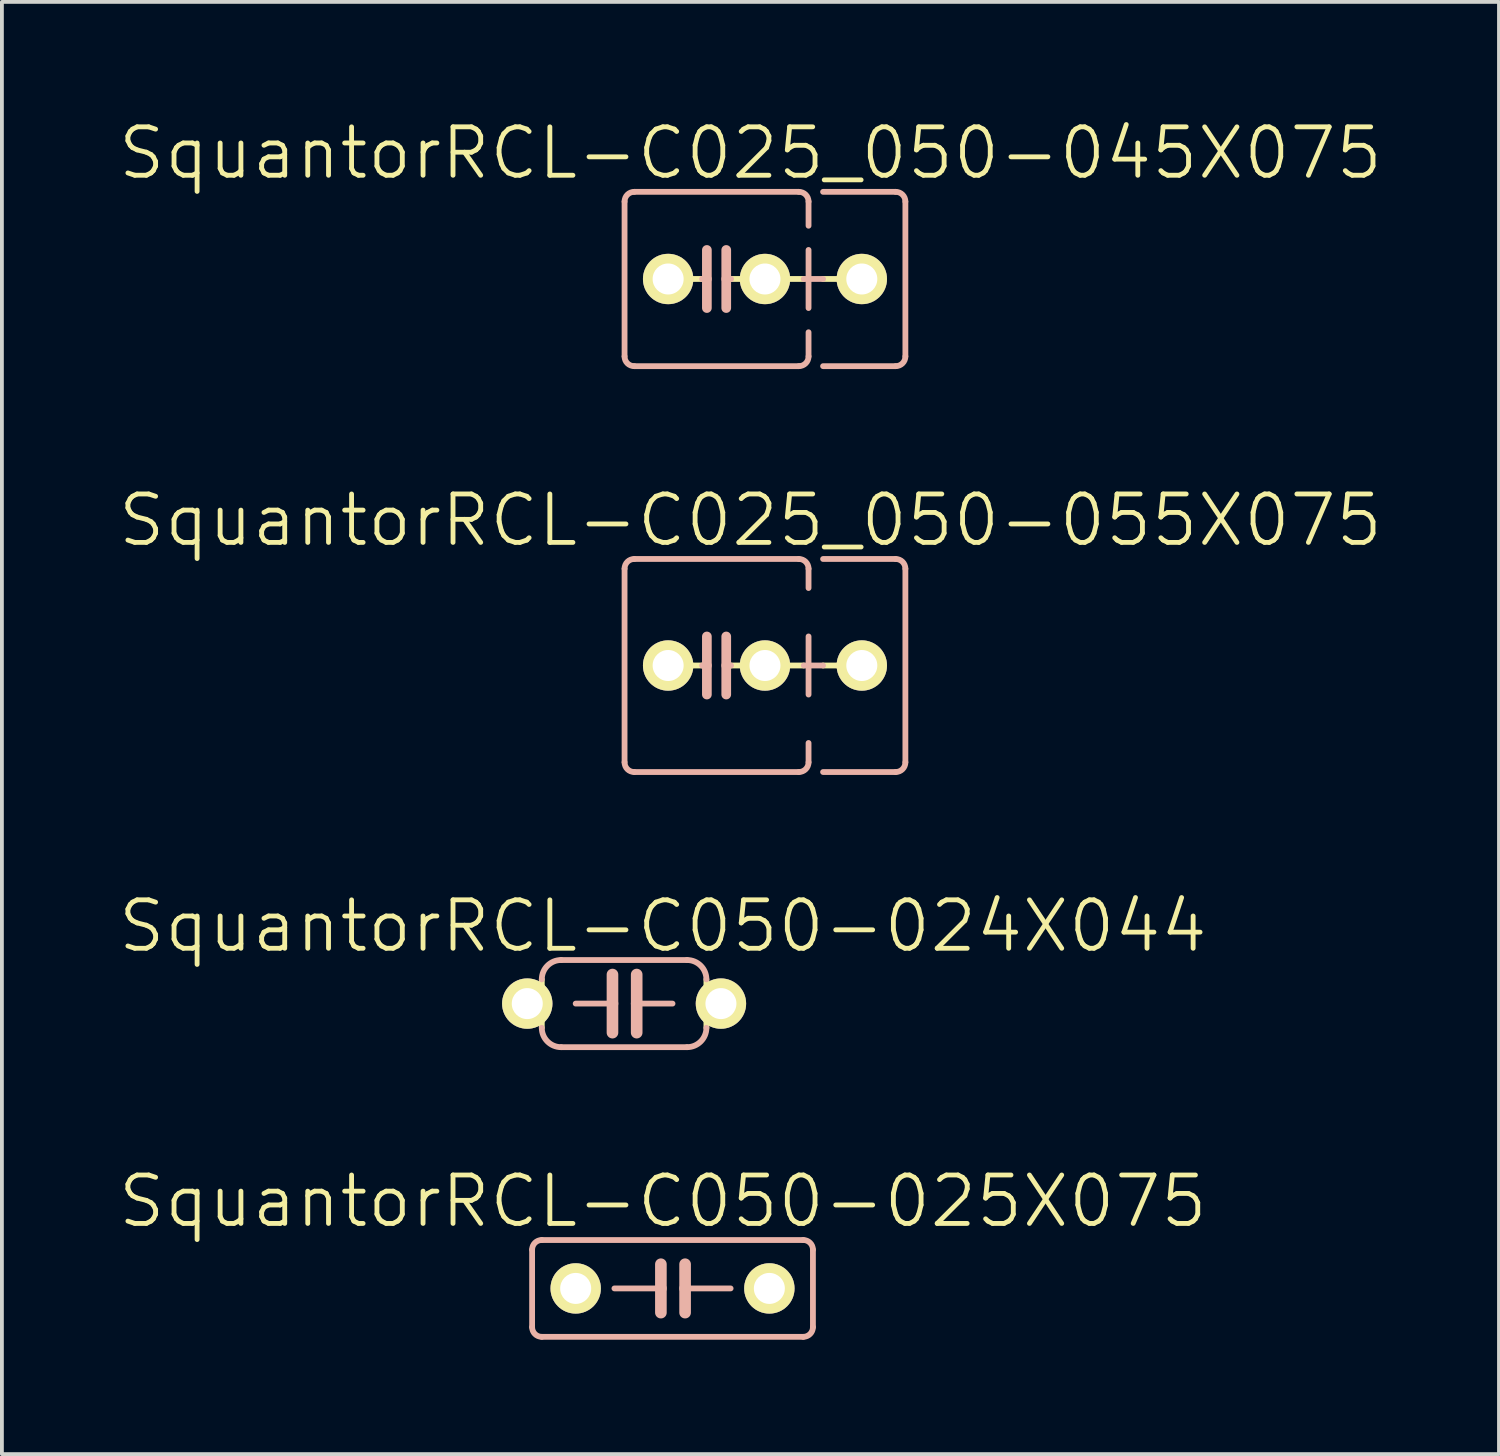
<source format=kicad_pcb>
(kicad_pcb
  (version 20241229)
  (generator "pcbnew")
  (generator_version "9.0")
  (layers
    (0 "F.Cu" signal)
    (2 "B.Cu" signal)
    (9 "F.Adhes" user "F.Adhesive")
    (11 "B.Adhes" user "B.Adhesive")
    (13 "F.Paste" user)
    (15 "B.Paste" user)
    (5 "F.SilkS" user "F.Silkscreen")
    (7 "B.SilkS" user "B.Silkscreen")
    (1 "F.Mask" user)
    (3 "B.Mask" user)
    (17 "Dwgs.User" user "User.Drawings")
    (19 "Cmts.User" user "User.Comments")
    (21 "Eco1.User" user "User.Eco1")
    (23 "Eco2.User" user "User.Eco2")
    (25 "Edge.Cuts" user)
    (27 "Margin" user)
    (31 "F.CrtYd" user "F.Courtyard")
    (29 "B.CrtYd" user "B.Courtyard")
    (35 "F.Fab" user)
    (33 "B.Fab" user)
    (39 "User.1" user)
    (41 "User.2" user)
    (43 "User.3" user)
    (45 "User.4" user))
  (footprint "SquantorRCL-C025_050-055X075"
    (layer "F.Cu")
    (at 15.745 14.406)
    (property "Reference" "SquantorRCL-C025_050-055X075" (at 0.889 -3.81 0) (layer "F.SilkS") (effects (font (size 1.27 1.27) (thickness 0.127))))
    (attr exclude_from_pos_files exclude_from_bom)
    (fp_line (start -0.381 0) (end -0.762 0) (stroke (width 0.152) (type solid)) (layer "F.SilkS"))
    (fp_line (start 0.381 0) (end 0.762 0) (stroke (width 0.152) (type solid)) (layer "F.SilkS"))
    (fp_line (start 1.778 0) (end 2.286 0) (stroke (width 0.152) (type solid)) (layer "F.SilkS"))
    (fp_line (start 2.794 0) (end 3.302 0) (stroke (width 0.152) (type solid)) (layer "F.SilkS"))
    (fp_line (start -2.413 -2.54) (end -2.413 2.54) (stroke (width 0.152) (type solid)) (layer "B.SilkS"))
    (fp_line (start -2.159 -2.794) (end 2.159 -2.794) (stroke (width 0.152) (type solid)) (layer "B.SilkS"))
    (fp_line (start -0.254 -0.762) (end -0.254 0) (stroke (width 0.254) (type solid)) (layer "B.SilkS"))
    (fp_line (start -0.254 0) (end -0.381 0) (stroke (width 0.152) (type solid)) (layer "B.SilkS"))
    (fp_line (start -0.254 0) (end -0.254 0.762) (stroke (width 0.254) (type solid)) (layer "B.SilkS"))
    (fp_line (start 0.254 0) (end 0.254 -0.762) (stroke (width 0.254) (type solid)) (layer "B.SilkS"))
    (fp_line (start 0.254 0) (end 0.254 0.762) (stroke (width 0.254) (type solid)) (layer "B.SilkS"))
    (fp_line (start 0.381 0) (end 0.254 0) (stroke (width 0.152) (type solid)) (layer "B.SilkS"))
    (fp_line (start 2.159 2.794) (end -2.159 2.794) (stroke (width 0.152) (type solid)) (layer "B.SilkS"))
    (fp_line (start 2.286 0) (end 2.794 0) (stroke (width 0.152) (type solid)) (layer "B.SilkS"))
    (fp_line (start 2.413 -2.54) (end 2.413 -2.032) (stroke (width 0.152) (type solid)) (layer "B.SilkS"))
    (fp_line (start 2.413 -0.762) (end 2.413 0.762) (stroke (width 0.152) (type solid)) (layer "B.SilkS"))
    (fp_line (start 2.413 2.032) (end 2.413 2.54) (stroke (width 0.152) (type solid)) (layer "B.SilkS"))
    (fp_line (start 2.794 -2.794) (end 4.699 -2.794) (stroke (width 0.152) (type solid)) (layer "B.SilkS"))
    (fp_line (start 4.699 2.794) (end 2.794 2.794) (stroke (width 0.152) (type solid)) (layer "B.SilkS"))
    (fp_line (start 4.953 -2.54) (end 4.953 2.54) (stroke (width 0.152) (type solid)) (layer "B.SilkS"))
    (fp_arc (start -2.413 -2.54) (mid -2.338605 -2.719605) (end -2.159 -2.794) (stroke (width 0.1524) (type solid)) (layer "B.SilkS"))
    (fp_arc (start -2.159 2.794) (mid -2.338605 2.719605) (end -2.413 2.54) (stroke (width 0.1524) (type solid)) (layer "B.SilkS"))
    (fp_arc (start 2.159 -2.794) (mid 2.338605 -2.719605) (end 2.413 -2.54) (stroke (width 0.1524) (type solid)) (layer "B.SilkS"))
    (fp_arc (start 2.413 2.54) (mid 2.338605 2.719605) (end 2.159 2.794) (stroke (width 0.1524) (type solid)) (layer "B.SilkS"))
    (fp_arc (start 4.699 -2.794) (mid 4.878605 -2.719605) (end 4.953 -2.54) (stroke (width 0.1524) (type solid)) (layer "B.SilkS"))
    (fp_arc (start 4.953 2.54) (mid 4.878605 2.719605) (end 4.699 2.794) (stroke (width 0.1524) (type solid)) (layer "B.SilkS"))
    (pad "1" thru_hole circle (at -1.27 0) (size 1.321 1.321) (drill 0.813) (layers "*.Cu" "F.Mask" "F.SilkS" "F.Paste"))
    (pad "2" thru_hole circle (at 1.27 0) (size 1.321 1.321) (drill 0.813) (layers "*.Cu" "F.Mask" "F.SilkS" "F.Paste"))
    (pad "3" thru_hole circle (at 3.81 0) (size 1.321 1.321) (drill 0.813) (layers "*.Cu" "F.Mask" "F.SilkS" "F.Paste")))
  (footprint "SquantorRCL-C025_050-045X075"
    (layer "F.Cu")
    (at 15.745 4.268)
    (property "Reference" "SquantorRCL-C025_050-045X075" (at 0.889 -3.302 0) (layer "F.SilkS") (effects (font (size 1.27 1.27) (thickness 0.127))))
    (attr exclude_from_pos_files exclude_from_bom)
    (fp_line (start -0.381 0) (end -0.762 0) (stroke (width 0.152) (type solid)) (layer "F.SilkS"))
    (fp_line (start 0.381 0) (end 0.762 0) (stroke (width 0.152) (type solid)) (layer "F.SilkS"))
    (fp_line (start 2.286 0) (end 1.778 0) (stroke (width 0.152) (type solid)) (layer "F.SilkS"))
    (fp_line (start 2.794 0) (end 3.302 0) (stroke (width 0.152) (type solid)) (layer "F.SilkS"))
    (fp_line (start -2.413 -2.032) (end -2.413 2.032) (stroke (width 0.152) (type solid)) (layer "B.SilkS"))
    (fp_line (start -2.159 -2.286) (end 2.159 -2.286) (stroke (width 0.152) (type solid)) (layer "B.SilkS"))
    (fp_line (start -0.254 -0.762) (end -0.254 0) (stroke (width 0.254) (type solid)) (layer "B.SilkS"))
    (fp_line (start -0.254 0) (end -0.381 0) (stroke (width 0.152) (type solid)) (layer "B.SilkS"))
    (fp_line (start -0.254 0) (end -0.254 0.762) (stroke (width 0.254) (type solid)) (layer "B.SilkS"))
    (fp_line (start 0.254 0) (end 0.254 -0.762) (stroke (width 0.254) (type solid)) (layer "B.SilkS"))
    (fp_line (start 0.254 0) (end 0.254 0.762) (stroke (width 0.254) (type solid)) (layer "B.SilkS"))
    (fp_line (start 0.381 0) (end 0.254 0) (stroke (width 0.152) (type solid)) (layer "B.SilkS"))
    (fp_line (start 2.159 2.286) (end -2.159 2.286) (stroke (width 0.152) (type solid)) (layer "B.SilkS"))
    (fp_line (start 2.286 0) (end 2.794 0) (stroke (width 0.152) (type solid)) (layer "B.SilkS"))
    (fp_line (start 2.413 -2.032) (end 2.413 -1.397) (stroke (width 0.152) (type solid)) (layer "B.SilkS"))
    (fp_line (start 2.413 -0.762) (end 2.413 0.762) (stroke (width 0.152) (type solid)) (layer "B.SilkS"))
    (fp_line (start 2.413 1.397) (end 2.413 2.032) (stroke (width 0.152) (type solid)) (layer "B.SilkS"))
    (fp_line (start 2.794 -2.286) (end 4.699 -2.286) (stroke (width 0.152) (type solid)) (layer "B.SilkS"))
    (fp_line (start 4.699 2.286) (end 2.794 2.286) (stroke (width 0.152) (type solid)) (layer "B.SilkS"))
    (fp_line (start 4.953 -2.032) (end 4.953 2.032) (stroke (width 0.152) (type solid)) (layer "B.SilkS"))
    (fp_arc (start -2.413 -2.032) (mid -2.338605 -2.211605) (end -2.159 -2.286) (stroke (width 0.1524) (type solid)) (layer "B.SilkS"))
    (fp_arc (start -2.159 2.286) (mid -2.338605 2.211605) (end -2.413 2.032) (stroke (width 0.1524) (type solid)) (layer "B.SilkS"))
    (fp_arc (start 2.159 -2.286) (mid 2.338605 -2.211605) (end 2.413 -2.032) (stroke (width 0.1524) (type solid)) (layer "B.SilkS"))
    (fp_arc (start 2.413 2.032) (mid 2.338605 2.211605) (end 2.159 2.286) (stroke (width 0.1524) (type solid)) (layer "B.SilkS"))
    (fp_arc (start 4.699 -2.286) (mid 4.878605 -2.211605) (end 4.953 -2.032) (stroke (width 0.1524) (type solid)) (layer "B.SilkS"))
    (fp_arc (start 4.953 2.032) (mid 4.878605 2.211605) (end 4.699 2.286) (stroke (width 0.1524) (type solid)) (layer "B.SilkS"))
    (pad "1" thru_hole circle (at -1.27 0) (size 1.321 1.321) (drill 0.813) (layers "*.Cu" "F.Mask" "F.SilkS" "F.Paste"))
    (pad "2" thru_hole circle (at 1.27 0) (size 1.321 1.321) (drill 0.813) (layers "*.Cu" "F.Mask" "F.SilkS" "F.Paste"))
    (pad "3" thru_hole circle (at 3.81 0) (size 1.321 1.321) (drill 0.813) (layers "*.Cu" "F.Mask" "F.SilkS" "F.Paste")))
  (footprint "SquantorRCL-C050-024X044"
    (layer "F.Cu")
    (at 13.32 23.274)
    (property "Reference" "SquantorRCL-C050-024X044" (at 1.016 -2.032 0) (layer "F.SilkS") (effects (font (size 1.27 1.27) (thickness 0.127))))
    (attr exclude_from_pos_files exclude_from_bom)
    (fp_line (start -2.54 -0.381) (end -2.159 -0.381) (stroke (width 0.066) (type solid)) (layer "F.SilkS"))
    (fp_line (start -2.54 0.381) (end -2.54 -0.381) (stroke (width 0.066) (type solid)) (layer "F.SilkS"))
    (fp_line (start -2.54 0.381) (end -2.159 0.381) (stroke (width 0.066) (type solid)) (layer "F.SilkS"))
    (fp_line (start -2.159 0.381) (end -2.159 -0.381) (stroke (width 0.066) (type solid)) (layer "F.SilkS"))
    (fp_line (start -2.159 0.635) (end -2.159 -0.635) (stroke (width 0.152) (type solid)) (layer "F.SilkS"))
    (fp_line (start 2.159 -0.381) (end 2.54 -0.381) (stroke (width 0.066) (type solid)) (layer "F.SilkS"))
    (fp_line (start 2.159 0.381) (end 2.159 -0.381) (stroke (width 0.066) (type solid)) (layer "F.SilkS"))
    (fp_line (start 2.159 0.381) (end 2.54 0.381) (stroke (width 0.066) (type solid)) (layer "F.SilkS"))
    (fp_line (start 2.159 0.635) (end 2.159 -0.635) (stroke (width 0.152) (type solid)) (layer "F.SilkS"))
    (fp_line (start 2.54 0.381) (end 2.54 -0.381) (stroke (width 0.066) (type solid)) (layer "F.SilkS"))
    (fp_line (start -1.27 0) (end -0.305 0) (stroke (width 0.152) (type solid)) (layer "B.SilkS"))
    (fp_line (start -0.305 -0.762) (end -0.305 0) (stroke (width 0.305) (type solid)) (layer "B.SilkS"))
    (fp_line (start -0.305 0) (end -0.305 0.762) (stroke (width 0.305) (type solid)) (layer "B.SilkS"))
    (fp_line (start 0.33 -0.762) (end 0.33 0) (stroke (width 0.305) (type solid)) (layer "B.SilkS"))
    (fp_line (start 0.33 0) (end 0.33 0.762) (stroke (width 0.305) (type solid)) (layer "B.SilkS"))
    (fp_line (start 1.27 0) (end 0.33 0) (stroke (width 0.152) (type solid)) (layer "B.SilkS"))
    (fp_line (start 1.651 -1.143) (end -1.651 -1.143) (stroke (width 0.152) (type solid)) (layer "B.SilkS"))
    (fp_line (start 1.651 1.143) (end -1.651 1.143) (stroke (width 0.152) (type solid)) (layer "B.SilkS"))
    (fp_arc (start -2.159 -0.635) (mid -2.01021 -0.99421) (end -1.651 -1.143) (stroke (width 0.1524) (type solid)) (layer "B.SilkS"))
    (fp_arc (start -1.651 1.143) (mid -2.01021 0.99421) (end -2.159 0.635) (stroke (width 0.1524) (type solid)) (layer "B.SilkS"))
    (fp_arc (start 1.651 -1.143) (mid 2.01021 -0.99421) (end 2.159 -0.635) (stroke (width 0.1524) (type solid)) (layer "B.SilkS"))
    (fp_arc (start 2.159 0.635) (mid 2.01021 0.99421) (end 1.651 1.143) (stroke (width 0.1524) (type solid)) (layer "B.SilkS"))
    (pad "1" thru_hole circle (at -2.54 0) (size 1.321 1.321) (drill 0.813) (layers "*.Cu" "F.Mask" "F.SilkS" "F.Paste"))
    (pad "2" thru_hole circle (at 2.54 0) (size 1.321 1.321) (drill 0.813) (layers "*.Cu" "F.Mask" "F.SilkS" "F.Paste")))
  (footprint "SquantorRCL-C050-025X075"
    (layer "F.Cu")
    (at 14.59 30.745)
    (property "Reference" "SquantorRCL-C050-025X075" (at -0.254 -2.286 0) (layer "F.SilkS") (effects (font (size 1.27 1.27) (thickness 0.127))))
    (attr exclude_from_pos_files exclude_from_bom)
    (fp_line (start -3.683 -1.016) (end -3.683 1.016) (stroke (width 0.152) (type solid)) (layer "B.SilkS"))
    (fp_line (start -3.429 1.27) (end 3.429 1.27) (stroke (width 0.152) (type solid)) (layer "B.SilkS"))
    (fp_line (start -0.305 -0.635) (end -0.305 0) (stroke (width 0.305) (type solid)) (layer "B.SilkS"))
    (fp_line (start -0.305 0) (end -1.524 0) (stroke (width 0.152) (type solid)) (layer "B.SilkS"))
    (fp_line (start -0.305 0) (end -0.305 0.635) (stroke (width 0.305) (type solid)) (layer "B.SilkS"))
    (fp_line (start 0.33 -0.635) (end 0.33 0) (stroke (width 0.305) (type solid)) (layer "B.SilkS"))
    (fp_line (start 0.33 0) (end 0.33 0.635) (stroke (width 0.305) (type solid)) (layer "B.SilkS"))
    (fp_line (start 0.33 0) (end 1.524 0) (stroke (width 0.152) (type solid)) (layer "B.SilkS"))
    (fp_line (start 3.429 -1.27) (end -3.429 -1.27) (stroke (width 0.152) (type solid)) (layer "B.SilkS"))
    (fp_line (start 3.683 1.016) (end 3.683 -1.016) (stroke (width 0.152) (type solid)) (layer "B.SilkS"))
    (fp_arc (start -3.683 -1.016) (mid -3.608605 -1.195605) (end -3.429 -1.27) (stroke (width 0.1524) (type solid)) (layer "B.SilkS"))
    (fp_arc (start -3.429 1.27) (mid -3.608605 1.195605) (end -3.683 1.016) (stroke (width 0.1524) (type solid)) (layer "B.SilkS"))
    (fp_arc (start 3.429 -1.27) (mid 3.608605 -1.195605) (end 3.683 -1.016) (stroke (width 0.1524) (type solid)) (layer "B.SilkS"))
    (fp_arc (start 3.683 1.016) (mid 3.608605 1.195605) (end 3.429 1.27) (stroke (width 0.1524) (type solid)) (layer "B.SilkS"))
    (pad "1" thru_hole circle (at -2.54 0) (size 1.321 1.321) (drill 0.813) (layers "*.Cu" "F.Mask" "F.SilkS" "F.Paste"))
    (pad "2" thru_hole circle (at 2.54 0) (size 1.321 1.321) (drill 0.813) (layers "*.Cu" "F.Mask" "F.SilkS" "F.Paste")))
  (gr_rect
    (start -3 -3)
    (end 36.268 35.091)
    (stroke (width 0.1) (type default))
    (fill no)
    (layer "Edge.Cuts")))
</source>
